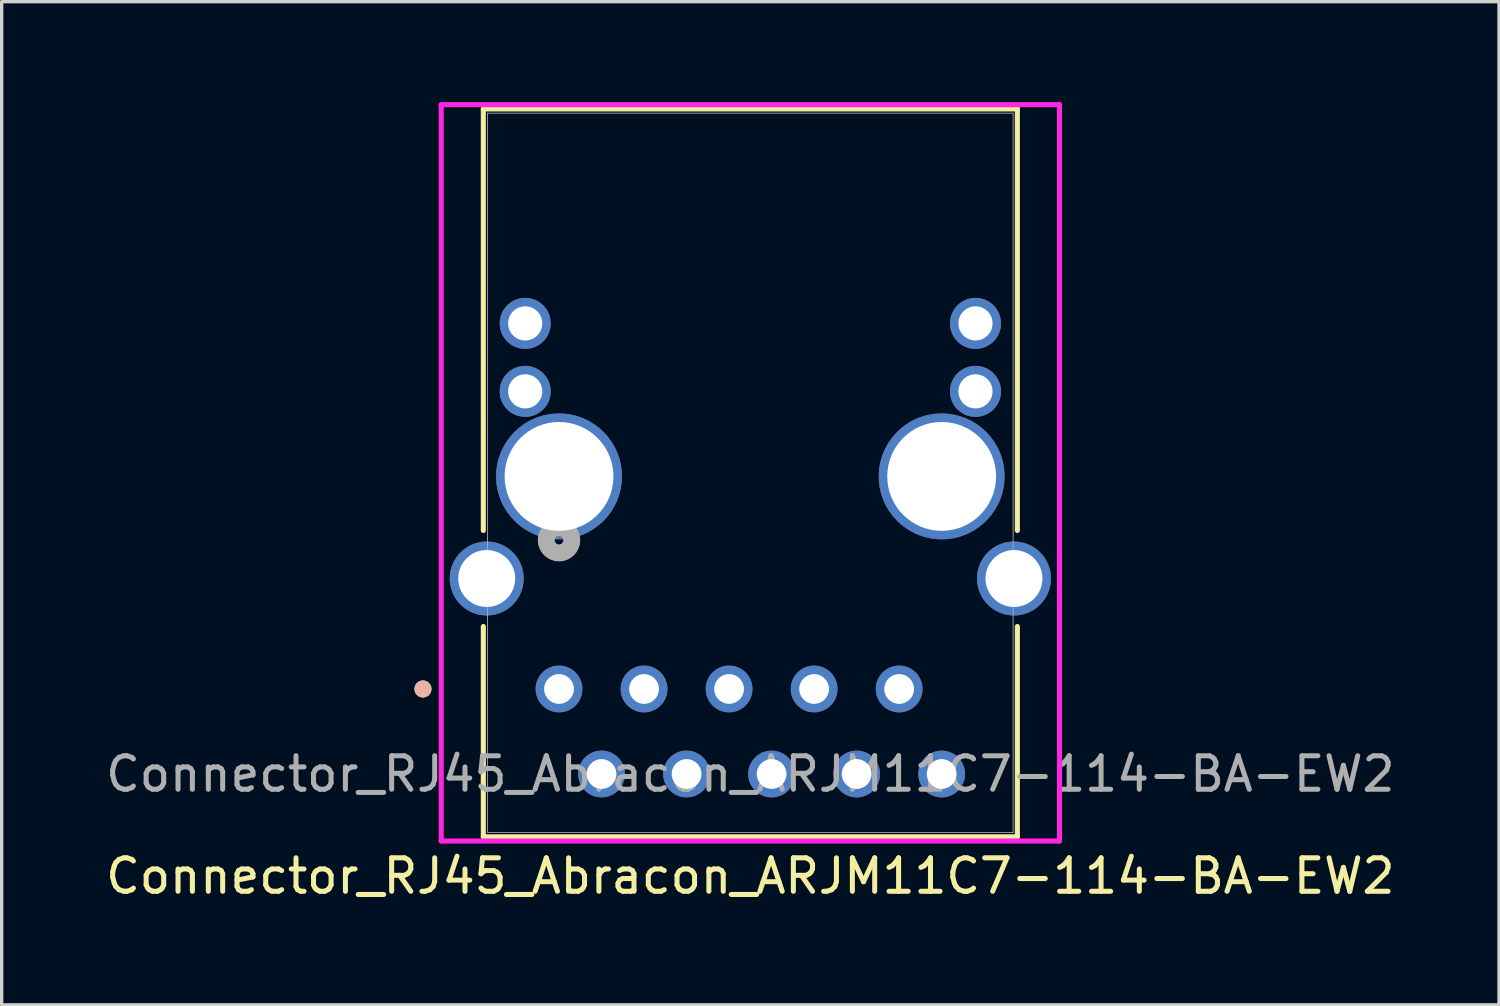
<source format=kicad_pcb>
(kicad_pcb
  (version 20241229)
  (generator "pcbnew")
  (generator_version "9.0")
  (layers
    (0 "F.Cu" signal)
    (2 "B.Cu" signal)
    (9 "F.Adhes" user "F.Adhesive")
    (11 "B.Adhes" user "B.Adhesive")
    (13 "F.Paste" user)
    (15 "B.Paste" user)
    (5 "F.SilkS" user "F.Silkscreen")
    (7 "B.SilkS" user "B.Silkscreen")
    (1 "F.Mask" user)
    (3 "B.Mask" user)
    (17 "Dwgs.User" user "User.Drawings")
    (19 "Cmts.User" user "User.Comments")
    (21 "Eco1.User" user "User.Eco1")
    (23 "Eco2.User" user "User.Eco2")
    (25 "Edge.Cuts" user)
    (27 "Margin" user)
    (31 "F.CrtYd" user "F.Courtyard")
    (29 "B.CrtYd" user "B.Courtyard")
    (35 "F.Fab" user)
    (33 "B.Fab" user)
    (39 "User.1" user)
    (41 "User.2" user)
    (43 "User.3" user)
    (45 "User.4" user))
  (footprint "Connector_RJ45_Abracon_ARJM11C7-114-BA-EW2"
    (layer "F.Cu")
    (at 19.363 17.53)
    (property "Reference" "Connector_RJ45_Abracon_ARJM11C7-114-BA-EW2" (at 0 5.588 0) (unlocked yes) (layer "F.SilkS") (effects (font (size 1 1) (thickness 0.15))))
    (attr through_hole)
    (fp_line (start -7.976 -17.327) (end -7.976 -4.734) (stroke (width 0.152) (type solid)) (layer "F.SilkS"))
    (fp_line (start -7.976 -1.866) (end -7.976 4.415) (stroke (width 0.152) (type solid)) (layer "F.SilkS"))
    (fp_line (start -7.976 4.415) (end 7.976 4.415) (stroke (width 0.152) (type solid)) (layer "F.SilkS"))
    (fp_line (start 7.976 -17.327) (end -7.976 -17.327) (stroke (width 0.152) (type solid)) (layer "F.SilkS"))
    (fp_line (start 7.976 -4.734) (end 7.976 -17.327) (stroke (width 0.152) (type solid)) (layer "F.SilkS"))
    (fp_line (start 7.976 4.415) (end 7.976 -1.866) (stroke (width 0.152) (type solid)) (layer "F.SilkS"))
    (fp_circle (center -9.779 0) (end -9.525 0) (stroke (width 0) (type solid)) (fill yes) (layer "F.SilkS"))
    (fp_circle (center -9.779 0) (end -9.525 0) (stroke (width 0) (type solid)) (fill yes) (layer "B.SilkS"))
    (fp_line (start -9.234 -17.454) (end -9.234 4.542) (stroke (width 0.152) (type solid)) (layer "F.CrtYd"))
    (fp_line (start -9.234 4.542) (end 9.234 4.542) (stroke (width 0.152) (type solid)) (layer "F.CrtYd"))
    (fp_line (start 9.234 -17.454) (end -9.234 -17.454) (stroke (width 0.152) (type solid)) (layer "F.CrtYd"))
    (fp_line (start 9.234 4.542) (end 9.234 -17.454) (stroke (width 0.152) (type solid)) (layer "F.CrtYd"))
    (fp_line (start -7.849 -17.2) (end -7.849 4.288) (stroke (width 0.025) (type solid)) (layer "F.Fab"))
    (fp_line (start -7.849 4.288) (end 7.849 4.288) (stroke (width 0.025) (type solid)) (layer "F.Fab"))
    (fp_line (start 7.849 -17.2) (end -7.849 -17.2) (stroke (width 0.025) (type solid)) (layer "F.Fab"))
    (fp_line (start 7.849 4.288) (end 7.849 -17.2) (stroke (width 0.025) (type solid)) (layer "F.Fab"))
    (fp_circle (center -5.715 -4.445) (end -5.334 -4.445) (stroke (width 0.508) (type solid)) (fill no) (layer "F.Fab"))
    (fp_text user "${REFERENCE}" (at 0 2.54 0) (unlocked yes) (layer "F.Fab") (effects (font (size 1 1) (thickness 0.15))))
    (pad "" np_thru_hole circle (at -7.875 -3.3) (size 2.21 2.21) (drill 1.7) (layers "*.Cu" "*.Mask"))
    (pad "" np_thru_hole circle (at -5.715 -6.35) (size 3.759 3.759) (drill 3.25) (layers "*.Cu" "*.Mask"))
    (pad "" np_thru_hole circle (at 5.715 -6.35) (size 3.759 3.759) (drill 3.251) (layers "*.Cu" "*.Mask"))
    (pad "" np_thru_hole circle (at 7.875 -3.3) (size 2.21 2.21) (drill 1.7) (layers "*.Cu" "*.Mask"))
    (pad "1" thru_hole circle (at -5.715 0) (size 1.397 1.397) (drill 0.889) (layers "*.Cu" "*.Mask"))
    (pad "2" thru_hole circle (at -4.445 2.54) (size 1.397 1.397) (drill 0.889) (layers "*.Cu" "*.Mask"))
    (pad "3" thru_hole circle (at -3.175 0) (size 1.397 1.397) (drill 0.889) (layers "*.Cu" "*.Mask"))
    (pad "4" thru_hole circle (at -1.905 2.54) (size 1.397 1.397) (drill 0.889) (layers "*.Cu" "*.Mask"))
    (pad "5" thru_hole circle (at -0.635 0) (size 1.397 1.397) (drill 0.889) (layers "*.Cu" "*.Mask"))
    (pad "6" thru_hole circle (at 0.635 2.54) (size 1.397 1.397) (drill 0.889) (layers "*.Cu" "*.Mask"))
    (pad "7" thru_hole circle (at 1.905 0) (size 1.397 1.397) (drill 0.889) (layers "*.Cu" "*.Mask"))
    (pad "8" thru_hole circle (at 3.175 2.54) (size 1.397 1.397) (drill 0.889) (layers "*.Cu" "*.Mask"))
    (pad "9" thru_hole circle (at 4.445 0) (size 1.397 1.397) (drill 0.889) (layers "*.Cu" "*.Mask"))
    (pad "10" thru_hole circle (at 5.715 2.54) (size 1.397 1.397) (drill 0.889) (layers "*.Cu" "*.Mask"))
    (pad "11" thru_hole circle (at -6.725 -8.89) (size 1.524 1.524) (drill 1.02) (layers "*.Cu" "*.Mask"))
    (pad "12" thru_hole circle (at -6.725 -10.92) (size 1.524 1.524) (drill 1.02) (layers "*.Cu" "*.Mask"))
    (pad "13" thru_hole circle (at 6.725 -8.89) (size 1.524 1.524) (drill 1.02) (layers "*.Cu" "*.Mask"))
    (pad "14" thru_hole circle (at 6.725 -10.92) (size 1.524 1.524) (drill 1.02) (layers "*.Cu" "*.Mask")))
  (gr_rect
    (start -3 -3)
    (end 41.726 26.966)
    (stroke (width 0.1) (type default))
    (fill no)
    (layer "Edge.Cuts")))
</source>
